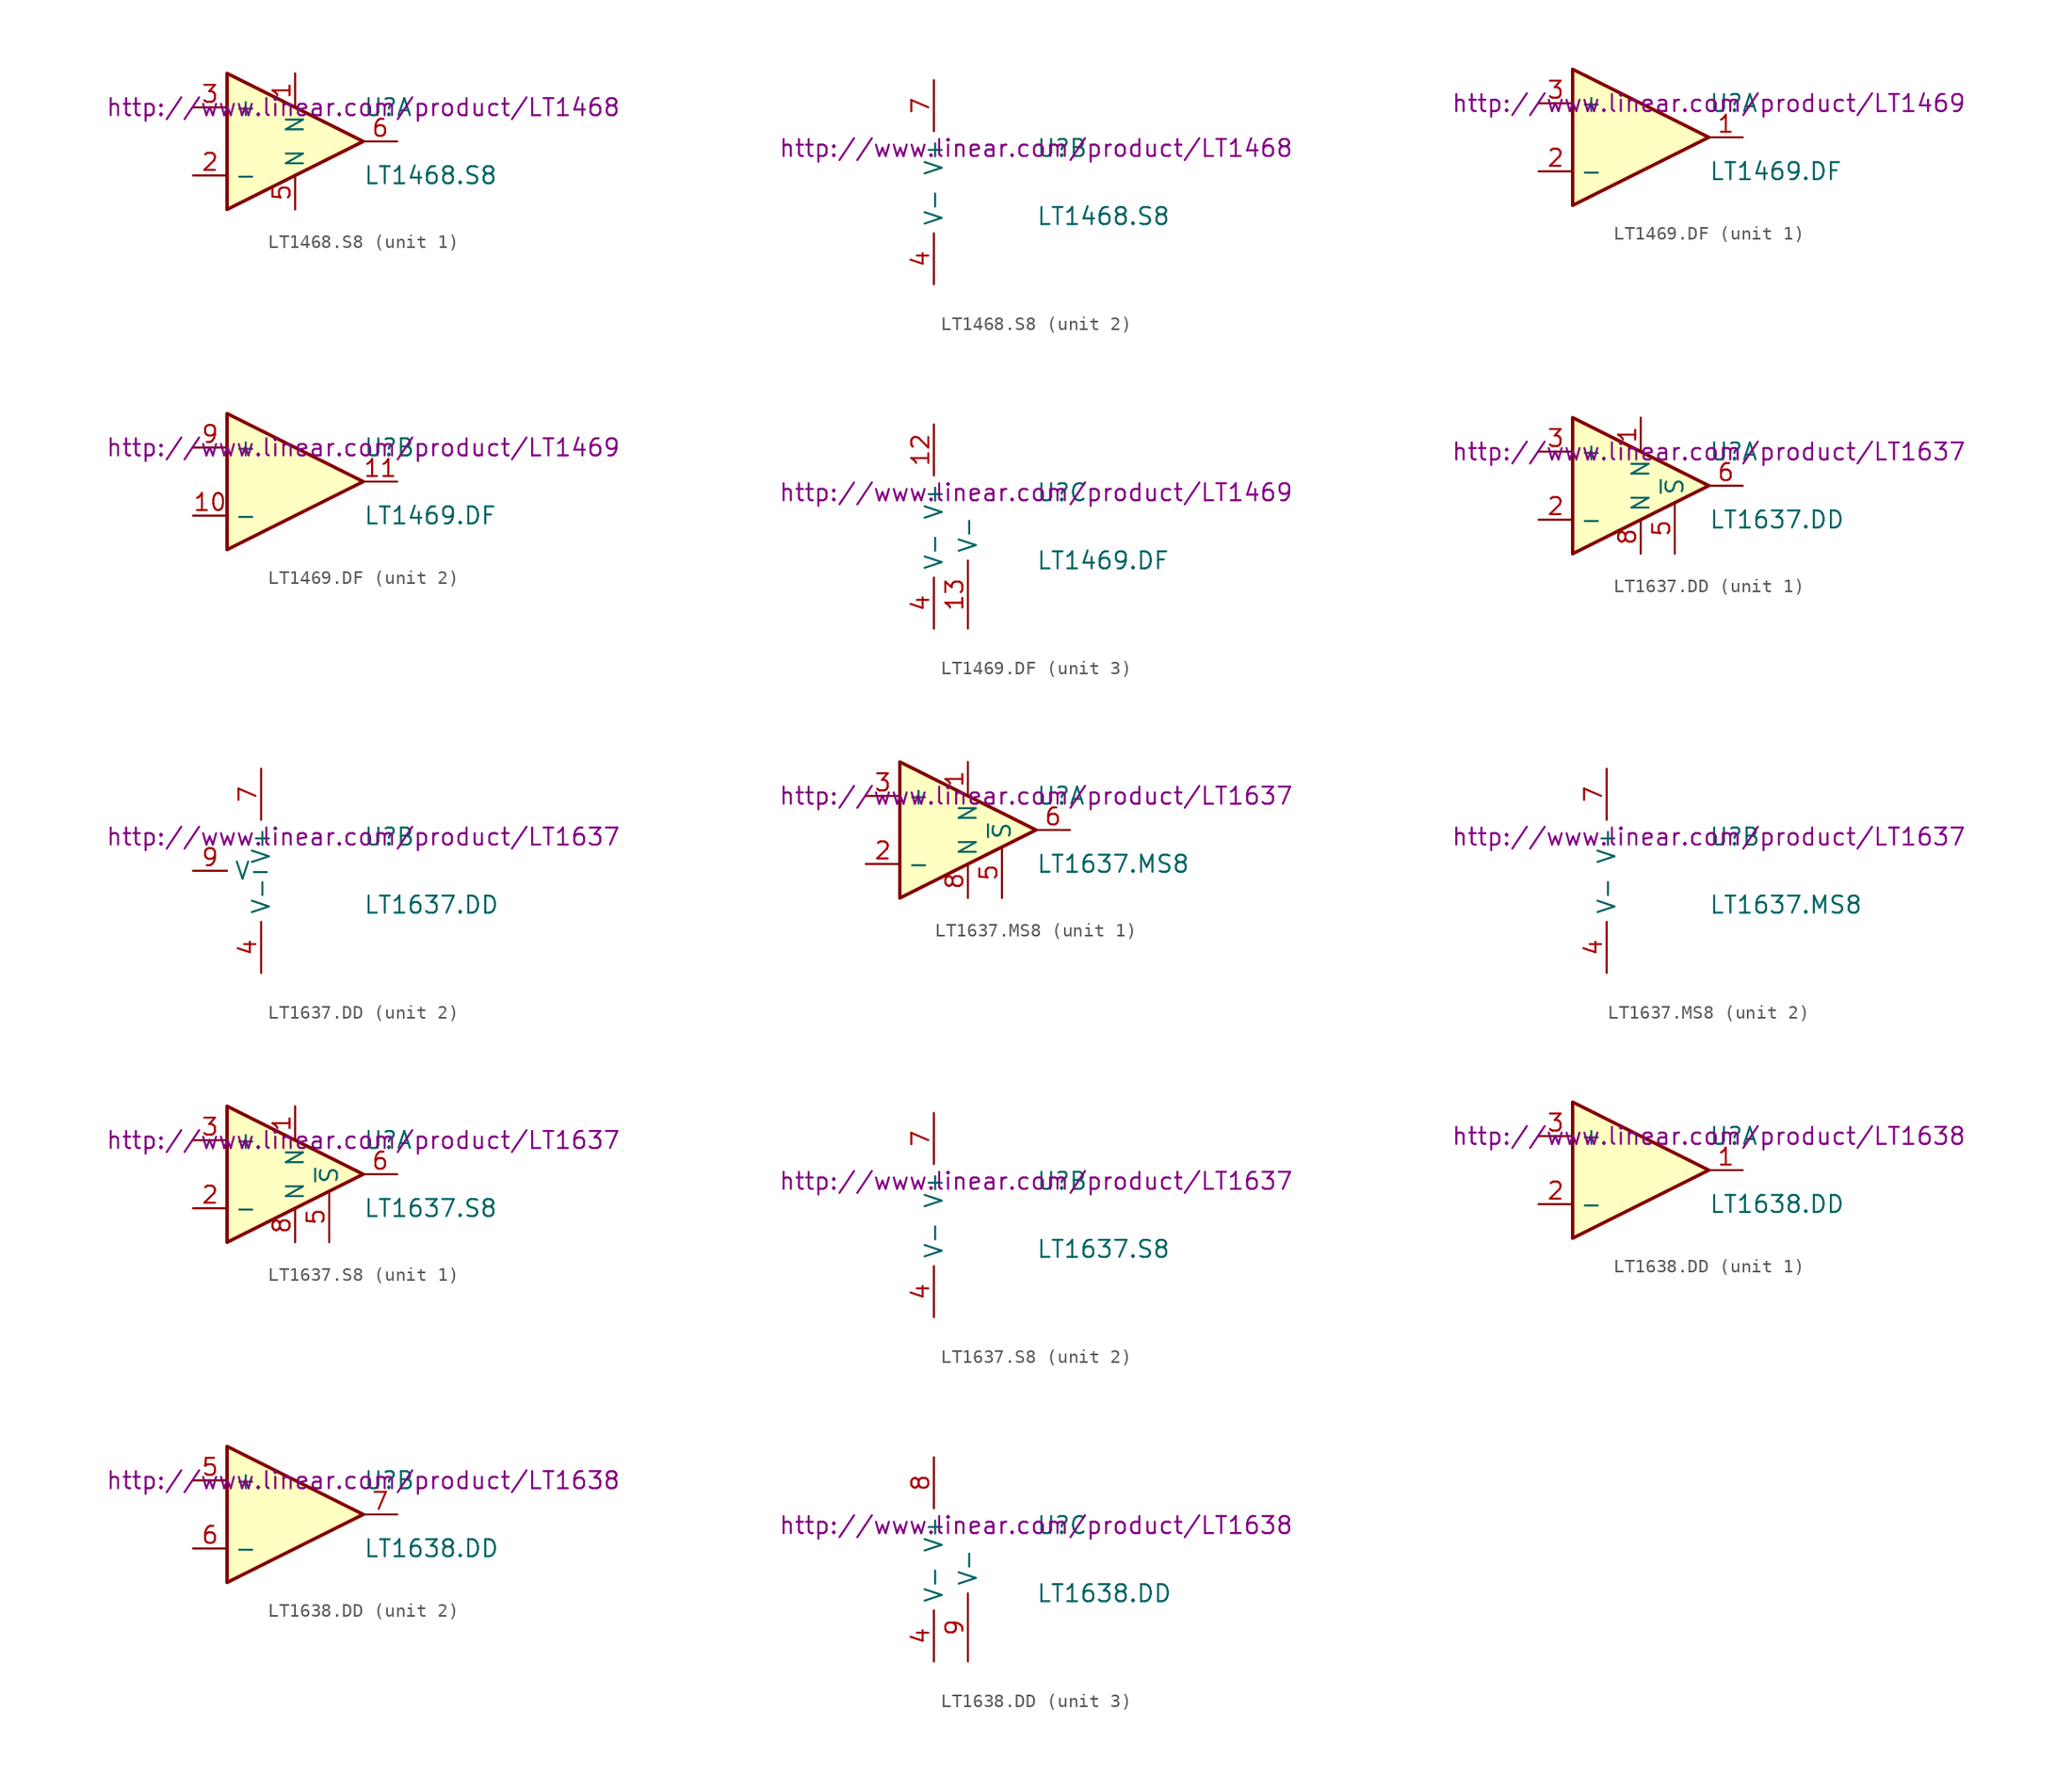
<source format=kicad_sym>
(kicad_symbol_lib
  (version 20201005)
  (generator kicad_symbol_editor)
  (symbol "LT1468.S8"
    (property "Reference" "U"
      (at 5.08 2.54 0)
      (effects (font (size 1.27 1.27)) (justify left)))
    (property "Value" "LT1468.S8"
      (at 5.08 -2.54 0)
      (effects (font (size 1.27 1.27)) (justify left)))
    (property "Datasheet" "http://www.linear.com/product/LT1468"
      (at 5.08 2.54 0)
      (effects (font (size 1.27 1.27))))
    (property "ki_locked" ""
      (at 0 0 0)
      (effects (font (size 1.27 1.27))))
    (symbol "LT1468.S8_1_1"
      (polyline (pts (xy 5.08 0) (xy -5.08 5.08) (xy -5.08 -5.08) (xy 5.08 0)) (stroke (width 0.254)) (fill (type background)))
      (pin passive line (at 0 5.08 270) (length 2.54) (name "N" (effects (font (size 1.27 1.27)))) (number "1" (effects (font (size 1.27 1.27)))))
      (pin input line (at -7.62 -2.54 0) (length 2.54) (name "-" (effects (font (size 1.27 1.27)))) (number "2" (effects (font (size 1.27 1.27)))))
      (pin input line (at -7.62 2.54 0) (length 2.54) (name "+" (effects (font (size 1.27 1.27)))) (number "3" (effects (font (size 1.27 1.27)))))
      (pin passive line (at 0 -5.08 90) (length 2.54) (name "N" (effects (font (size 1.27 1.27)))) (number "5" (effects (font (size 1.27 1.27)))))
      (pin output line (at 7.62 0 180) (length 2.54) (name "~" (effects (font (size 1.27 1.27)))) (number "6" (effects (font (size 1.27 1.27))))))
    (symbol "LT1468.S8_2_1"
      (pin power_in line (at -2.54 -7.62 90) (length 3.81) (name "V-" (effects (font (size 1.27 1.27)))) (number "4" (effects (font (size 1.27 1.27)))))
      (pin power_in line (at -2.54 7.62 270) (length 3.81) (name "V+" (effects (font (size 1.27 1.27)))) (number "7" (effects (font (size 1.27 1.27)))))
      (pin unconnected line (at -7.62 0 0) (length 2.54) hide (name "DNC" (effects (font (size 1.27 1.27)))) (number "8" (effects (font (size 1.27 1.27)))))))
  (symbol "LT1469.DF"
    (property "Reference" "U"
      (at 5.08 2.54 0)
      (effects (font (size 1.27 1.27)) (justify left)))
    (property "Value" "LT1469.DF"
      (at 5.08 -2.54 0)
      (effects (font (size 1.27 1.27)) (justify left)))
    (property "Datasheet" "http://www.linear.com/product/LT1469"
      (at 5.08 2.54 0)
      (effects (font (size 1.27 1.27))))
    (property "ki_locked" ""
      (at 0 0 0)
      (effects (font (size 1.27 1.27))))
    (symbol "LT1469.DF_1_1"
      (polyline (pts (xy 5.08 0) (xy -5.08 5.08) (xy -5.08 -5.08) (xy 5.08 0)) (stroke (width 0.254)) (fill (type background)))
      (pin output line (at 7.62 0 180) (length 2.54) (name "~" (effects (font (size 1.27 1.27)))) (number "1" (effects (font (size 1.27 1.27)))))
      (pin input line (at -7.62 -2.54 0) (length 2.54) (name "-" (effects (font (size 1.27 1.27)))) (number "2" (effects (font (size 1.27 1.27)))))
      (pin input line (at -7.62 2.54 0) (length 2.54) (name "+" (effects (font (size 1.27 1.27)))) (number "3" (effects (font (size 1.27 1.27))))))
    (symbol "LT1469.DF_2_1"
      (polyline (pts (xy 5.08 0) (xy -5.08 5.08) (xy -5.08 -5.08) (xy 5.08 0)) (stroke (width 0.254)) (fill (type background)))
      (pin input line (at -7.62 2.54 0) (length 2.54) (name "+" (effects (font (size 1.27 1.27)))) (number "9" (effects (font (size 1.27 1.27)))))
      (pin input line (at -7.62 -2.54 0) (length 2.54) (name "-" (effects (font (size 1.27 1.27)))) (number "10" (effects (font (size 1.27 1.27)))))
      (pin output line (at 7.62 0 180) (length 2.54) (name "~" (effects (font (size 1.27 1.27)))) (number "11" (effects (font (size 1.27 1.27))))))
    (symbol "LT1469.DF_3_1"
      (pin power_in line (at -2.54 -7.62 90) (length 3.81) (name "V-" (effects (font (size 1.27 1.27)))) (number "4" (effects (font (size 1.27 1.27)))))
      (pin unconnected line (at -7.62 0 0) (length 2.54) hide (name "NC" (effects (font (size 1.27 1.27)))) (number "5" (effects (font (size 1.27 1.27)))))
      (pin unconnected line (at -7.62 0 0) (length 2.54) hide (name "NC" (effects (font (size 1.27 1.27)))) (number "6" (effects (font (size 1.27 1.27)))))
      (pin unconnected line (at -7.62 0 0) (length 2.54) hide (name "NC" (effects (font (size 1.27 1.27)))) (number "7" (effects (font (size 1.27 1.27)))))
      (pin unconnected line (at -7.62 0 0) (length 2.54) hide (name "NC" (effects (font (size 1.27 1.27)))) (number "8" (effects (font (size 1.27 1.27)))))
      (pin power_in line (at -2.54 7.62 270) (length 3.81) (name "V+" (effects (font (size 1.27 1.27)))) (number "12" (effects (font (size 1.27 1.27)))))
      (pin power_in line (at 0 -7.62 90) (length 5.08) (name "V-" (effects (font (size 1.27 1.27)))) (number "13" (effects (font (size 1.27 1.27)))))))
  (symbol "LT1637.DD"
    (property "Reference" "U"
      (at 5.08 2.54 0)
      (effects (font (size 1.27 1.27)) (justify left)))
    (property "Value" "LT1637.DD"
      (at 5.08 -2.54 0)
      (effects (font (size 1.27 1.27)) (justify left)))
    (property "Datasheet" "http://www.linear.com/product/LT1637"
      (at 5.08 2.54 0)
      (effects (font (size 1.27 1.27))))
    (property "ki_locked" ""
      (at 0 0 0)
      (effects (font (size 1.27 1.27))))
    (symbol "LT1637.DD_1_1"
      (polyline (pts (xy 5.08 0) (xy -5.08 5.08) (xy -5.08 -5.08) (xy 5.08 0)) (stroke (width 0.254)) (fill (type background)))
      (pin passive line (at 0 5.08 270) (length 2.54) (name "N" (effects (font (size 1.27 1.27)))) (number "1" (effects (font (size 1.27 1.27)))))
      (pin input line (at -7.62 -2.54 0) (length 2.54) (name "-" (effects (font (size 1.27 1.27)))) (number "2" (effects (font (size 1.27 1.27)))))
      (pin input line (at -7.62 2.54 0) (length 2.54) (name "+" (effects (font (size 1.27 1.27)))) (number "3" (effects (font (size 1.27 1.27)))))
      (pin passive line (at 2.54 -5.08 90) (length 3.81) (name "~S~" (effects (font (size 1.27 1.27)))) (number "5" (effects (font (size 1.27 1.27)))))
      (pin output line (at 7.62 0 180) (length 2.54) (name "~" (effects (font (size 1.27 1.27)))) (number "6" (effects (font (size 1.27 1.27)))))
      (pin passive line (at 0 -5.08 90) (length 2.54) (name "N" (effects (font (size 1.27 1.27)))) (number "8" (effects (font (size 1.27 1.27))))))
    (symbol "LT1637.DD_2_1"
      (pin power_in line (at -2.54 -7.62 90) (length 3.81) (name "V-" (effects (font (size 1.27 1.27)))) (number "4" (effects (font (size 1.27 1.27)))))
      (pin power_in line (at -2.54 7.62 270) (length 3.81) (name "V+" (effects (font (size 1.27 1.27)))) (number "7" (effects (font (size 1.27 1.27)))))
      (pin power_in line (at -7.62 0 0) (length 2.54) (name "V-" (effects (font (size 1.27 1.27)))) (number "9" (effects (font (size 1.27 1.27)))))))
  (symbol "LT1637.MS8"
    (property "Reference" "U"
      (at 5.08 2.54 0)
      (effects (font (size 1.27 1.27)) (justify left)))
    (property "Value" "LT1637.MS8"
      (at 5.08 -2.54 0)
      (effects (font (size 1.27 1.27)) (justify left)))
    (property "Datasheet" "http://www.linear.com/product/LT1637"
      (at 5.08 2.54 0)
      (effects (font (size 1.27 1.27))))
    (property "ki_locked" ""
      (at 0 0 0)
      (effects (font (size 1.27 1.27))))
    (symbol "LT1637.MS8_1_1"
      (polyline (pts (xy 5.08 0) (xy -5.08 5.08) (xy -5.08 -5.08) (xy 5.08 0)) (stroke (width 0.254)) (fill (type background)))
      (pin passive line (at 0 5.08 270) (length 2.54) (name "N" (effects (font (size 1.27 1.27)))) (number "1" (effects (font (size 1.27 1.27)))))
      (pin input line (at -7.62 -2.54 0) (length 2.54) (name "-" (effects (font (size 1.27 1.27)))) (number "2" (effects (font (size 1.27 1.27)))))
      (pin input line (at -7.62 2.54 0) (length 2.54) (name "+" (effects (font (size 1.27 1.27)))) (number "3" (effects (font (size 1.27 1.27)))))
      (pin passive line (at 2.54 -5.08 90) (length 3.81) (name "~S~" (effects (font (size 1.27 1.27)))) (number "5" (effects (font (size 1.27 1.27)))))
      (pin output line (at 7.62 0 180) (length 2.54) (name "~" (effects (font (size 1.27 1.27)))) (number "6" (effects (font (size 1.27 1.27)))))
      (pin passive line (at 0 -5.08 90) (length 2.54) (name "N" (effects (font (size 1.27 1.27)))) (number "8" (effects (font (size 1.27 1.27))))))
    (symbol "LT1637.MS8_2_1"
      (pin power_in line (at -2.54 -7.62 90) (length 3.81) (name "V-" (effects (font (size 1.27 1.27)))) (number "4" (effects (font (size 1.27 1.27)))))
      (pin power_in line (at -2.54 7.62 270) (length 3.81) (name "V+" (effects (font (size 1.27 1.27)))) (number "7" (effects (font (size 1.27 1.27)))))))
  (symbol "LT1637.S8"
    (property "Reference" "U"
      (at 5.08 2.54 0)
      (effects (font (size 1.27 1.27)) (justify left)))
    (property "Value" "LT1637.S8"
      (at 5.08 -2.54 0)
      (effects (font (size 1.27 1.27)) (justify left)))
    (property "Datasheet" "http://www.linear.com/product/LT1637"
      (at 5.08 2.54 0)
      (effects (font (size 1.27 1.27))))
    (property "ki_locked" ""
      (at 0 0 0)
      (effects (font (size 1.27 1.27))))
    (symbol "LT1637.S8_1_1"
      (polyline (pts (xy 5.08 0) (xy -5.08 5.08) (xy -5.08 -5.08) (xy 5.08 0)) (stroke (width 0.254)) (fill (type background)))
      (pin passive line (at 0 5.08 270) (length 2.54) (name "N" (effects (font (size 1.27 1.27)))) (number "1" (effects (font (size 1.27 1.27)))))
      (pin input line (at -7.62 -2.54 0) (length 2.54) (name "-" (effects (font (size 1.27 1.27)))) (number "2" (effects (font (size 1.27 1.27)))))
      (pin input line (at -7.62 2.54 0) (length 2.54) (name "+" (effects (font (size 1.27 1.27)))) (number "3" (effects (font (size 1.27 1.27)))))
      (pin passive line (at 2.54 -5.08 90) (length 3.81) (name "~S~" (effects (font (size 1.27 1.27)))) (number "5" (effects (font (size 1.27 1.27)))))
      (pin output line (at 7.62 0 180) (length 2.54) (name "~" (effects (font (size 1.27 1.27)))) (number "6" (effects (font (size 1.27 1.27)))))
      (pin passive line (at 0 -5.08 90) (length 2.54) (name "N" (effects (font (size 1.27 1.27)))) (number "8" (effects (font (size 1.27 1.27))))))
    (symbol "LT1637.S8_2_1"
      (pin power_in line (at -2.54 -7.62 90) (length 3.81) (name "V-" (effects (font (size 1.27 1.27)))) (number "4" (effects (font (size 1.27 1.27)))))
      (pin power_in line (at -2.54 7.62 270) (length 3.81) (name "V+" (effects (font (size 1.27 1.27)))) (number "7" (effects (font (size 1.27 1.27)))))))
  (symbol "LT1638.DD"
    (property "Reference" "U"
      (at 5.08 2.54 0)
      (effects (font (size 1.27 1.27)) (justify left)))
    (property "Value" "LT1638.DD"
      (at 5.08 -2.54 0)
      (effects (font (size 1.27 1.27)) (justify left)))
    (property "Datasheet" "http://www.linear.com/product/LT1638"
      (at 5.08 2.54 0)
      (effects (font (size 1.27 1.27))))
    (property "ki_locked" ""
      (at 0 0 0)
      (effects (font (size 1.27 1.27))))
    (symbol "LT1638.DD_1_1"
      (polyline (pts (xy 5.08 0) (xy -5.08 5.08) (xy -5.08 -5.08) (xy 5.08 0)) (stroke (width 0.254)) (fill (type background)))
      (pin output line (at 7.62 0 180) (length 2.54) (name "~" (effects (font (size 1.27 1.27)))) (number "1" (effects (font (size 1.27 1.27)))))
      (pin input line (at -7.62 -2.54 0) (length 2.54) (name "-" (effects (font (size 1.27 1.27)))) (number "2" (effects (font (size 1.27 1.27)))))
      (pin input line (at -7.62 2.54 0) (length 2.54) (name "+" (effects (font (size 1.27 1.27)))) (number "3" (effects (font (size 1.27 1.27))))))
    (symbol "LT1638.DD_2_1"
      (polyline (pts (xy 5.08 0) (xy -5.08 5.08) (xy -5.08 -5.08) (xy 5.08 0)) (stroke (width 0.254)) (fill (type background)))
      (pin input line (at -7.62 2.54 0) (length 2.54) (name "+" (effects (font (size 1.27 1.27)))) (number "5" (effects (font (size 1.27 1.27)))))
      (pin input line (at -7.62 -2.54 0) (length 2.54) (name "-" (effects (font (size 1.27 1.27)))) (number "6" (effects (font (size 1.27 1.27)))))
      (pin output line (at 7.62 0 180) (length 2.54) (name "~" (effects (font (size 1.27 1.27)))) (number "7" (effects (font (size 1.27 1.27))))))
    (symbol "LT1638.DD_3_1"
      (pin power_in line (at -2.54 -7.62 90) (length 3.81) (name "V-" (effects (font (size 1.27 1.27)))) (number "4" (effects (font (size 1.27 1.27)))))
      (pin power_in line (at -2.54 7.62 270) (length 3.81) (name "V+" (effects (font (size 1.27 1.27)))) (number "8" (effects (font (size 1.27 1.27)))))
      (pin power_in line (at 0 -7.62 90) (length 5.08) (name "V-" (effects (font (size 1.27 1.27)))) (number "9" (effects (font (size 1.27 1.27))))))))
</source>
